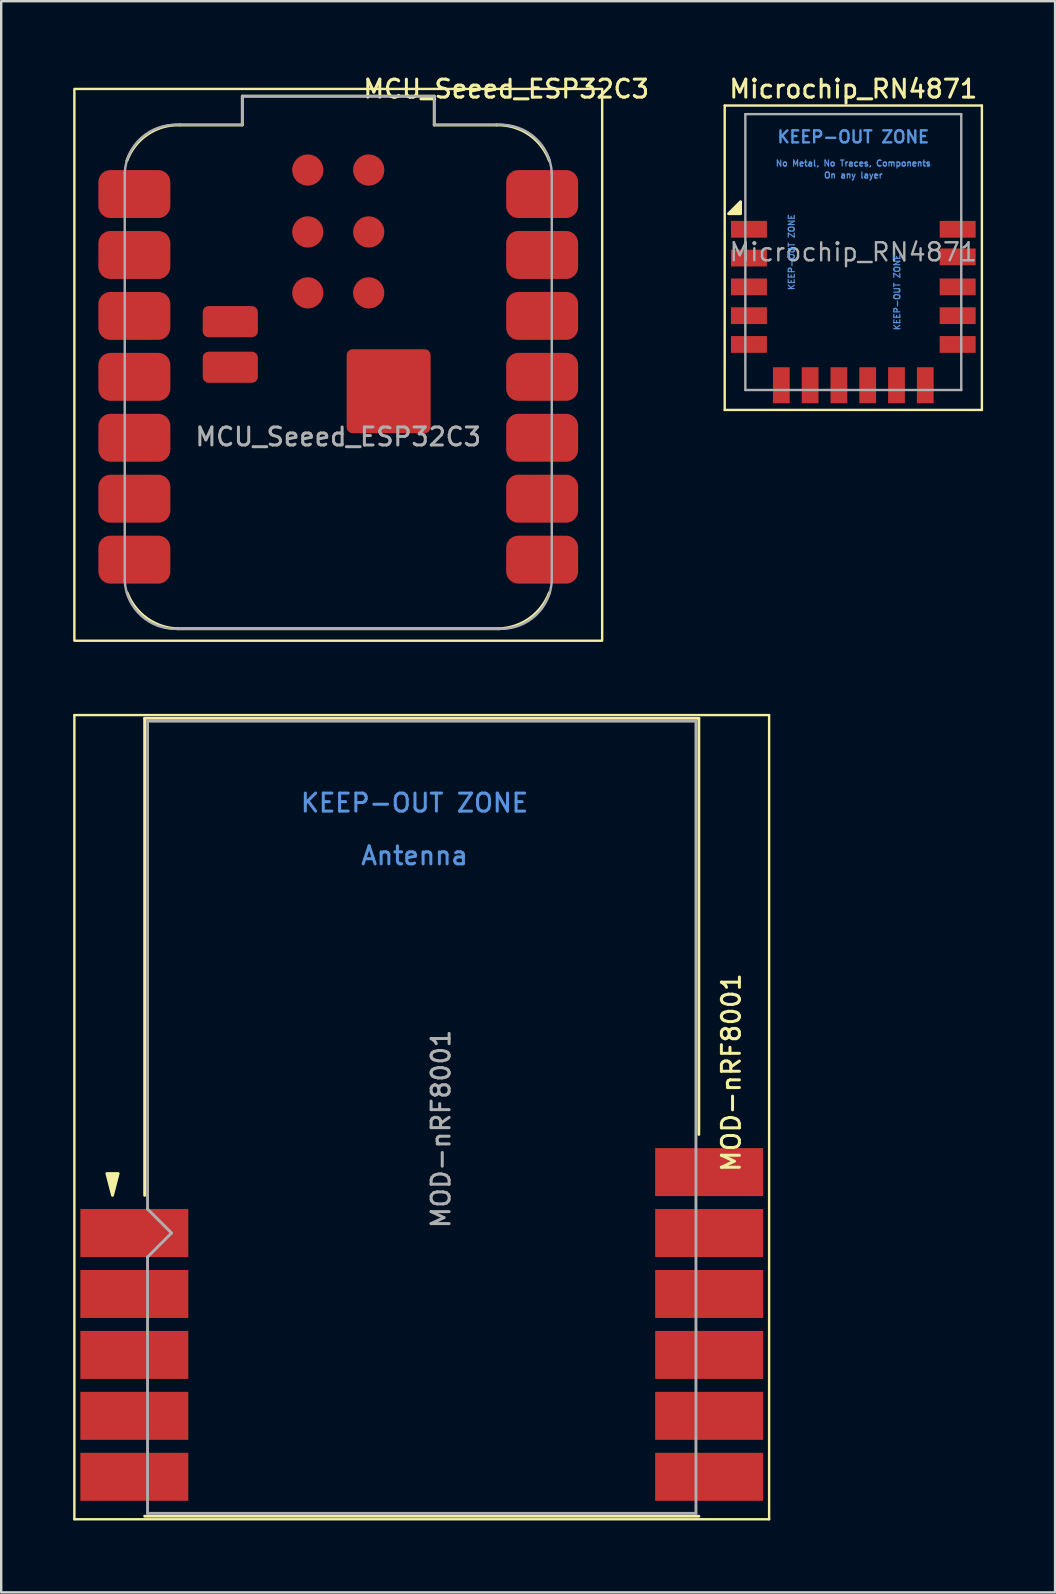
<source format=kicad_pcb>
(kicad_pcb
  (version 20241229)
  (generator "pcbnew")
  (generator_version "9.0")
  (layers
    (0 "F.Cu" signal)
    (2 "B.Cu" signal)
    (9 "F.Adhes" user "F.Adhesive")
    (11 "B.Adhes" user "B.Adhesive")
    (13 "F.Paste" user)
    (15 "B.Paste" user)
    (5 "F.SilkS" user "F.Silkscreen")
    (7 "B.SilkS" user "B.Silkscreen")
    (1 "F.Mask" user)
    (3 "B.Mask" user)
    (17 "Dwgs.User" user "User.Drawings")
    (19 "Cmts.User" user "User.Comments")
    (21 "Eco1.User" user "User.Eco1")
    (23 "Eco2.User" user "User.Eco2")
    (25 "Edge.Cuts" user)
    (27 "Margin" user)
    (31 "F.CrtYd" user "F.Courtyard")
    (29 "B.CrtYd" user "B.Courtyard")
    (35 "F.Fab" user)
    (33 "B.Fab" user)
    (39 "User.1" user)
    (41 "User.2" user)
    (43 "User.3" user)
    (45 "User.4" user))
  (footprint "Microchip_RN4871"
    (layer "F.Cu")
    (at 32.519 9.958)
    (property "Reference" "Microchip_RN4871" (at 0 -9.3 0) (layer "F.SilkS") (effects (font (size 0.75 0.75) (thickness 0.125))))
    (attr smd)
    (fp_line (start -5.36 4.08) (end -5.36 -8.61) (stroke (width 0.1) (type solid)) (layer "F.SilkS"))
    (fp_line (start -5.36 4.08) (end 5.36 4.08) (stroke (width 0.1) (type solid)) (layer "F.SilkS"))
    (fp_line (start 5.36 -8.61) (end -5.36 -8.61) (stroke (width 0.1) (type solid)) (layer "F.SilkS"))
    (fp_line (start 5.36 4.08) (end 5.36 -8.61) (stroke (width 0.1) (type solid)) (layer "F.SilkS"))
    (fp_poly (pts (xy -4.7 -4.1) (xy -5.2 -4.1) (xy -4.7 -4.6) (xy -4.7 -4.1)) (stroke (width 0.12) (type solid)) (fill yes) (layer "F.SilkS"))
    (fp_line (start -4.5 -8.25) (end -4.5 3.25) (stroke (width 0.1) (type solid)) (layer "F.Fab"))
    (fp_line (start -4.5 3.25) (end 4.5 3.25) (stroke (width 0.1) (type solid)) (layer "F.Fab"))
    (fp_line (start 4.5 -8.25) (end -4.5 -8.25) (stroke (width 0.1) (type solid)) (layer "F.Fab"))
    (fp_line (start 4.5 3.25) (end 4.5 -8.25) (stroke (width 0.1) (type solid)) (layer "F.Fab"))
    (fp_text user "On any layer" (at 0 -5.7 0) (layer "Cmts.User") (effects (font (size 0.25 0.25) (thickness 0.05))))
    (fp_text user "No Metal, No Traces, Components" (at 0 -6.2 0) (layer "Cmts.User") (effects (font (size 0.25 0.25) (thickness 0.05))))
    (fp_text user "KEEP-OUT ZONE" (at -2.575 -2.5 90) (layer "Cmts.User") (effects (font (size 0.25 0.25) (thickness 0.05))))
    (fp_text user "KEEP-OUT ZONE" (at 1.825 -0.825 90) (layer "Cmts.User") (effects (font (size 0.25 0.25) (thickness 0.05))))
    (fp_text user "KEEP-OUT ZONE" (at 0 -7.3 0) (layer "Cmts.User") (effects (font (size 0.5 0.5) (thickness 0.1))))
    (fp_text user "${REFERENCE}" (at 0 -2.5 0) (layer "F.Fab") (effects (font (size 0.75 0.75) (thickness 0.1))))
    (pad "1" smd rect (at -4.35 -3.45 90) (size 0.7 1.5) (layers "F.Cu" "F.Mask" "F.Paste"))
    (pad "2" smd rect (at -4.35 -2.25 90) (size 0.7 1.5) (layers "F.Cu" "F.Mask" "F.Paste"))
    (pad "3" smd rect (at -4.35 -1.05 90) (size 0.7 1.5) (layers "F.Cu" "F.Mask" "F.Paste"))
    (pad "4" smd rect (at -4.35 0.15 90) (size 0.7 1.5) (layers "F.Cu" "F.Mask" "F.Paste"))
    (pad "5" smd rect (at -4.35 1.35 90) (size 0.7 1.5) (layers "F.Cu" "F.Mask" "F.Paste"))
    (pad "6" smd rect (at -3 3.05) (size 0.7 1.5) (layers "F.Cu" "F.Mask" "F.Paste"))
    (pad "7" smd rect (at -1.8 3.05) (size 0.7 1.5) (layers "F.Cu" "F.Mask" "F.Paste"))
    (pad "8" smd rect (at -0.6 3.05) (size 0.7 1.5) (layers "F.Cu" "F.Mask" "F.Paste"))
    (pad "9" smd rect (at 0.6 3.05) (size 0.7 1.5) (layers "F.Cu" "F.Mask" "F.Paste"))
    (pad "10" smd rect (at 1.8 3.05) (size 0.7 1.5) (layers "F.Cu" "F.Mask" "F.Paste"))
    (pad "11" smd rect (at 3 3.05) (size 0.7 1.5) (layers "F.Cu" "F.Mask" "F.Paste"))
    (pad "12" smd rect (at 4.35 1.35 90) (size 0.7 1.5) (layers "F.Cu" "F.Mask" "F.Paste"))
    (pad "13" smd rect (at 4.35 0.15 90) (size 0.7 1.5) (layers "F.Cu" "F.Mask" "F.Paste"))
    (pad "14" smd rect (at 4.35 -1.05 90) (size 0.7 1.5) (layers "F.Cu" "F.Mask" "F.Paste"))
    (pad "15" smd rect (at 4.35 -2.3 90) (size 0.7 1.5) (layers "F.Cu" "F.Mask" "F.Paste"))
    (pad "16" smd rect (at 4.35 -3.45 90) (size 0.7 1.5) (layers "F.Cu" "F.Mask" "F.Paste"))
    (zone (net_name "") (layer "F.Cu") (hatch full 0.508) (connect_pads) (min_thickness 0.254) (filled_areas_thickness no) (keepout (tracks not_allowed) (vias not_allowed) (pads not_allowed) (copperpour not_allowed) (footprints not_allowed)) (placement (enabled no)) (fill) (polygon (pts (xy 30.919 9.208) (xy 29.019 9.208) (xy 29.019 5.708) (xy 30.919 5.708))))
    (zone (net_name "") (layer "F.Cu") (hatch full 0.508) (connect_pads) (min_thickness 0.254) (filled_areas_thickness no) (keepout (tracks not_allowed) (vias not_allowed) (pads not_allowed) (copperpour not_allowed) (footprints not_allowed)) (placement (enabled no)) (fill) (polygon (pts (xy 32.319 11.658) (xy 36.019 11.658) (xy 36.019 6.208) (xy 32.319 6.208))))
    (zone (net_name "") (layers "F.Cu" "B.Cu") (hatch full 0.508) (connect_pads) (min_thickness 0.254) (filled_areas_thickness no) (keepout (tracks not_allowed) (vias not_allowed) (pads not_allowed) (copperpour not_allowed) (footprints not_allowed)) (placement (enabled no)) (fill) (polygon (pts (xy 28.019 5.708) (xy 37.019 5.708) (xy 37.019 1.708) (xy 28.019 1.708)))))
  (footprint "MOD-nRF8001"
    (layer "F.Cu")
    (at 14.53 43.518)
    (property "Reference" "MOD-nRF8001" (at 12.9 -1.86 270) (layer "F.SilkS") (effects (font (size 0.75 0.75) (thickness 0.125))))
    (attr smd)
    (fp_line (start -14.48 -16.76) (end 14.48 -16.76) (stroke (width 0.1) (type solid)) (layer "F.SilkS"))
    (fp_line (start -14.48 16.76) (end -14.48 -16.76) (stroke (width 0.1) (type solid)) (layer "F.SilkS"))
    (fp_line (start -11.55 -16.626) (end 11.55 -16.626) (stroke (width 0.12) (type solid)) (layer "F.SilkS"))
    (fp_line (start -11.55 3.26) (end -11.55 -16.626) (stroke (width 0.12) (type solid)) (layer "F.SilkS"))
    (fp_line (start 11.55 -16.626) (end 11.55 0.72) (stroke (width 0.12) (type solid)) (layer "F.SilkS"))
    (fp_line (start 11.55 16.634) (end -11.55 16.634) (stroke (width 0.12) (type solid)) (layer "F.SilkS"))
    (fp_line (start 14.48 -16.76) (end 14.48 16.76) (stroke (width 0.1) (type solid)) (layer "F.SilkS"))
    (fp_line (start 14.48 16.76) (end -14.48 16.76) (stroke (width 0.1) (type solid)) (layer "F.SilkS"))
    (fp_poly (pts (xy -12.655 2.35) (xy -12.89 3.26) (xy -13.125 2.35)) (stroke (width 0.12) (type solid)) (fill yes) (layer "F.SilkS"))
    (fp_line (start -11.43 -16.506) (end 11.43 -16.506) (stroke (width 0.12) (type solid)) (layer "F.Fab"))
    (fp_line (start -11.43 3.83) (end -11.43 -16.506) (stroke (width 0.12) (type solid)) (layer "F.Fab"))
    (fp_line (start -11.43 5.83) (end -10.43 4.83) (stroke (width 0.12) (type solid)) (layer "F.Fab"))
    (fp_line (start -11.43 16.514) (end -11.43 5.83) (stroke (width 0.12) (type solid)) (layer "F.Fab"))
    (fp_line (start -10.43 4.83) (end -11.43 3.83) (stroke (width 0.12) (type solid)) (layer "F.Fab"))
    (fp_line (start 11.43 -16.506) (end 11.43 16.514) (stroke (width 0.12) (type solid)) (layer "F.Fab"))
    (fp_line (start 11.43 16.514) (end -11.43 16.514) (stroke (width 0.12) (type solid)) (layer "F.Fab"))
    (fp_text user "Antenna" (at -0.3 -10.9 0) (layer "Cmts.User") (effects (font (size 0.75 0.75) (thickness 0.125))))
    (fp_text user "KEEP-OUT ZONE" (at -0.3 -13.1 0) (layer "Cmts.User") (effects (font (size 0.75 0.75) (thickness 0.125))))
    (fp_text user "${REFERENCE}" (at 0.8 0.49 270) (layer "F.Fab") (effects (font (size 0.75 0.75) (thickness 0.125))))
    (pad "1" smd rect (at -11.98 4.83 270) (size 2 4.5) (layers "F.Cu" "F.Mask" "F.Paste"))
    (pad "2" smd rect (at -11.98 7.37 270) (size 2 4.5) (layers "F.Cu" "F.Mask" "F.Paste"))
    (pad "3" smd rect (at -11.98 9.91 270) (size 2 4.5) (layers "F.Cu" "F.Mask" "F.Paste"))
    (pad "4" smd rect (at -11.98 12.45 270) (size 2 4.5) (layers "F.Cu" "F.Mask" "F.Paste"))
    (pad "5" smd rect (at -11.98 14.99 270) (size 2 4.5) (layers "F.Cu" "F.Mask" "F.Paste"))
    (pad "6" smd rect (at 11.98 14.99 270) (size 2 4.5) (layers "F.Cu" "F.Mask" "F.Paste"))
    (pad "7" smd rect (at 11.98 12.45 270) (size 2 4.5) (layers "F.Cu" "F.Mask" "F.Paste"))
    (pad "8" smd rect (at 11.98 9.91 270) (size 2 4.5) (layers "F.Cu" "F.Mask" "F.Paste"))
    (pad "9" smd rect (at 11.98 7.37 270) (size 2 4.5) (layers "F.Cu" "F.Mask" "F.Paste"))
    (pad "10" smd rect (at 11.98 4.83 270) (size 2 4.5) (layers "F.Cu" "F.Mask" "F.Paste"))
    (pad "11" smd rect (at 11.98 2.29 270) (size 2 4.5) (layers "F.Cu" "F.Mask" "F.Paste"))
    (zone (net_name "") (layers "F.Cu" "B.Cu") (hatch full 0.508) (connect_pads) (min_thickness 0.254) (filled_areas_thickness no) (keepout (tracks not_allowed) (vias not_allowed) (pads not_allowed) (copperpour not_allowed) (footprints not_allowed)) (placement (enabled no)) (fill) (polygon (pts (xy 2.98 36.518) (xy 2.98 26.892) (xy 26.08 26.892) (xy 26.08 36.518)))))
  (footprint "MCU_Seeed_ESP32C3"
    (layer "F.Cu")
    (at 11.05 12.658)
    (property "Reference" "MCU_Seeed_ESP32C3" (at 7 -12 0) (unlocked yes) (layer "F.SilkS") (effects (font (size 0.75 0.75) (thickness 0.125))))
    (attr smd)
    (fp_line (start -6.7 10.5) (end 6.7 10.5) (stroke (width 0.12) (type default)) (layer "F.SilkS"))
    (fp_line (start -4 -11.7) (end 4 -11.7) (stroke (width 0.12) (type default)) (layer "F.SilkS"))
    (fp_line (start -4 -10.5) (end -6.6 -10.5) (stroke (width 0.12) (type default)) (layer "F.SilkS"))
    (fp_line (start -4 -10.5) (end -4 -11.7) (stroke (width 0.12) (type default)) (layer "F.SilkS"))
    (fp_line (start 4 -11.7) (end 4 -10.5) (stroke (width 0.12) (type default)) (layer "F.SilkS"))
    (fp_line (start 6.6 -10.5) (end 4 -10.5) (stroke (width 0.12) (type default)) (layer "F.SilkS"))
    (fp_rect (start -11 -12) (end 11 11) (stroke (width 0.1) (type default)) (fill no) (layer "F.SilkS"))
    (fp_arc (start -8.812892 -9.00468) (mid -7.949609 -10.111769) (end -6.600468 -10.499999) (stroke (width 0.12) (type default)) (layer "F.SilkS"))
    (fp_arc (start -6.7 10.5) (mid -7.977232 10.068125) (end -8.8 9) (stroke (width 0.12) (type default)) (layer "F.SilkS"))
    (fp_arc (start 6.6 -10.499999) (mid 7.944325 -10.107116) (end 8.804034 -9.001464) (stroke (width 0.12) (type default)) (layer "F.SilkS"))
    (fp_arc (start 8.8 9) (mid 7.977232 10.068125) (end 6.7 10.5) (stroke (width 0.12) (type default)) (layer "F.SilkS"))
    (fp_line (start -8.9 8.5) (end -8.9 -8.5) (stroke (width 0.1) (type default)) (layer "F.Fab"))
    (fp_line (start -6.7 -10.5) (end -4 -10.5) (stroke (width 0.1) (type default)) (layer "F.Fab"))
    (fp_line (start -4 -11.7) (end 4 -11.7) (stroke (width 0.1) (type default)) (layer "F.Fab"))
    (fp_line (start -4 -10.5) (end -4 -11.7) (stroke (width 0.1) (type default)) (layer "F.Fab"))
    (fp_line (start 4 -11.7) (end 4 -10.5) (stroke (width 0.1) (type default)) (layer "F.Fab"))
    (fp_line (start 4 -10.5) (end 6.7 -10.5) (stroke (width 0.1) (type default)) (layer "F.Fab"))
    (fp_line (start 6.7 10.5) (end -6.7 10.5) (stroke (width 0.1) (type default)) (layer "F.Fab"))
    (fp_line (start 8.9 -8.5) (end 8.9 8.5) (stroke (width 0.1) (type default)) (layer "F.Fab"))
    (fp_arc (start -8.9 -8.5) (mid -8.214214 -9.955635) (end -6.7 -10.5) (stroke (width 0.1) (type default)) (layer "F.Fab"))
    (fp_arc (start -6.7 10.5) (mid -8.214214 9.955635) (end -8.9 8.5) (stroke (width 0.1) (type default)) (layer "F.Fab"))
    (fp_arc (start 6.7 -10.499999) (mid 8.214695 -9.954472) (end 8.9 -8.497676) (stroke (width 0.1) (type default)) (layer "F.Fab"))
    (fp_arc (start 8.9 8.5) (mid 8.214214 9.955635) (end 6.7 10.5) (stroke (width 0.1) (type default)) (layer "F.Fab"))
    (fp_text user "${REFERENCE}" (at 0 2.5 0) (unlocked yes) (layer "F.Fab") (effects (font (size 0.75 0.75) (thickness 0.125))))
    (pad "" smd roundrect (at 1.1 -0.4) (size 1.5 1.5) (property pad_prop_heatsink) (layers "F.Paste") (roundrect_rratio 0.167))
    (pad "" smd roundrect (at 1.1 1.6) (size 1.5 1.5) (property pad_prop_heatsink) (layers "F.Paste") (roundrect_rratio 0.167))
    (pad "" smd roundrect (at 3.1 -0.4) (size 1.5 1.5) (property pad_prop_heatsink) (layers "F.Paste") (roundrect_rratio 0.167))
    (pad "" smd roundrect (at 3.1 1.6) (size 1.5 1.5) (property pad_prop_heatsink) (layers "F.Paste") (roundrect_rratio 0.167))
    (pad "1" smd roundrect (at -8.5 -7.62) (size 3 2) (layers "F.Cu" "F.Mask" "F.Paste") (roundrect_rratio 0.25))
    (pad "2" smd roundrect (at -8.5 -5.08) (size 3 2) (layers "F.Cu" "F.Mask" "F.Paste") (roundrect_rratio 0.25))
    (pad "3" smd roundrect (at -8.5 -2.54) (size 3 2) (layers "F.Cu" "F.Mask" "F.Paste") (roundrect_rratio 0.25))
    (pad "4" smd roundrect (at -8.5 0) (size 3 2) (layers "F.Cu" "F.Mask" "F.Paste") (roundrect_rratio 0.25))
    (pad "5" smd roundrect (at -8.5 2.54) (size 3 2) (layers "F.Cu" "F.Mask" "F.Paste") (roundrect_rratio 0.25))
    (pad "6" smd roundrect (at -8.5 5.08) (size 3 2) (layers "F.Cu" "F.Mask" "F.Paste") (roundrect_rratio 0.25))
    (pad "7" smd roundrect (at -8.5 7.62) (size 3 2) (layers "F.Cu" "F.Mask" "F.Paste") (roundrect_rratio 0.25))
    (pad "8" smd roundrect (at 8.5 7.62) (size 3 2) (layers "F.Cu" "F.Mask" "F.Paste") (roundrect_rratio 0.25))
    (pad "9" smd roundrect (at 8.5 5.08) (size 3 2) (layers "F.Cu" "F.Mask" "F.Paste") (roundrect_rratio 0.25))
    (pad "10" smd roundrect (at 8.5 2.54) (size 3 2) (layers "F.Cu" "F.Mask" "F.Paste") (roundrect_rratio 0.25))
    (pad "11" smd roundrect (at 8.5 0) (size 3 2) (layers "F.Cu" "F.Mask" "F.Paste") (roundrect_rratio 0.25))
    (pad "12" smd roundrect (at 8.5 -2.54) (size 3 2) (layers "F.Cu" "F.Mask" "F.Paste") (roundrect_rratio 0.25))
    (pad "13" smd roundrect (at 8.5 -5.08) (size 3 2) (layers "F.Cu" "F.Mask" "F.Paste") (roundrect_rratio 0.25))
    (pad "14" smd roundrect (at 8.5 -7.62) (size 3 2) (layers "F.Cu" "F.Mask" "F.Paste") (roundrect_rratio 0.25))
    (pad "15" smd roundrect (at 2.1 0.6) (size 3.5 3.5) (property pad_prop_heatsink) (layers "F.Cu" "F.Mask") (roundrect_rratio 0.071))
    (pad "16" smd roundrect (at -4.5 -0.4) (size 2.3 1.3) (layers "F.Cu" "F.Mask" "F.Paste") (roundrect_rratio 0.192))
    (pad "17" smd roundrect (at -4.5 -2.3) (size 2.3 1.3) (layers "F.Cu" "F.Mask" "F.Paste") (roundrect_rratio 0.192))
    (pad "18" smd circle (at -1.27 -8.62) (size 1.3 1.3) (layers "F.Cu" "F.Mask" "F.Paste"))
    (pad "19" smd circle (at -1.27 -6.04) (size 1.3 1.3) (layers "F.Cu" "F.Mask" "F.Paste"))
    (pad "20" smd circle (at -1.27 -3.5) (size 1.3 1.3) (layers "F.Cu" "F.Mask" "F.Paste"))
    (pad "21" smd circle (at 1.27 -3.5) (size 1.3 1.3) (layers "F.Cu" "F.Mask" "F.Paste"))
    (pad "22" smd circle (at 1.27 -6.04) (size 1.3 1.3) (layers "F.Cu" "F.Mask" "F.Paste"))
    (pad "23" smd circle (at 1.27 -8.62) (size 1.3 1.3) (layers "F.Cu" "F.Mask" "F.Paste")))
  (gr_rect
    (start -3 -3)
    (end 40.929 63.328)
    (stroke (width 0.1) (type default))
    (fill no)
    (layer "Edge.Cuts")))
</source>
